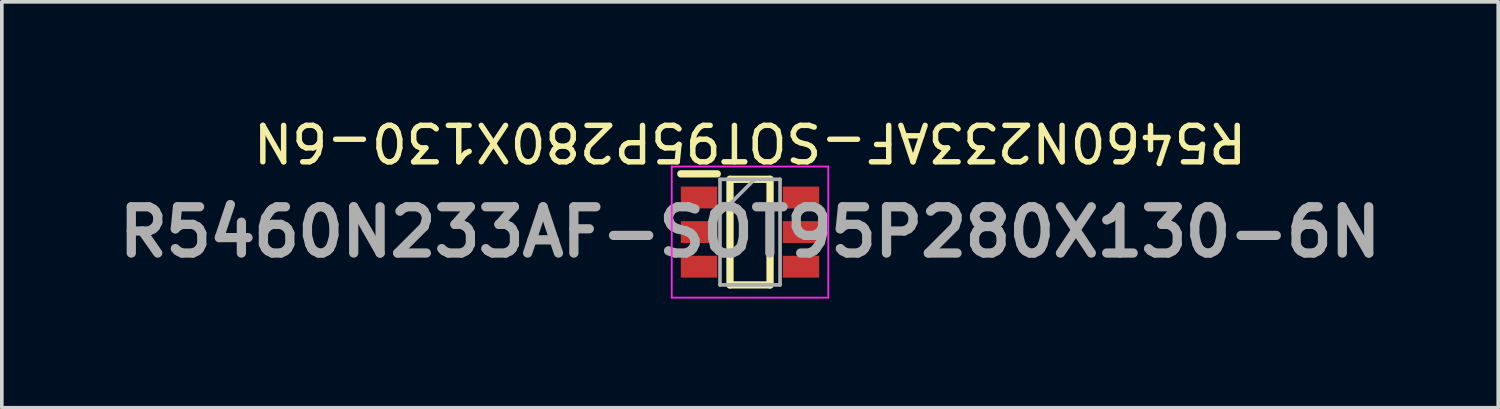
<source format=kicad_pcb>
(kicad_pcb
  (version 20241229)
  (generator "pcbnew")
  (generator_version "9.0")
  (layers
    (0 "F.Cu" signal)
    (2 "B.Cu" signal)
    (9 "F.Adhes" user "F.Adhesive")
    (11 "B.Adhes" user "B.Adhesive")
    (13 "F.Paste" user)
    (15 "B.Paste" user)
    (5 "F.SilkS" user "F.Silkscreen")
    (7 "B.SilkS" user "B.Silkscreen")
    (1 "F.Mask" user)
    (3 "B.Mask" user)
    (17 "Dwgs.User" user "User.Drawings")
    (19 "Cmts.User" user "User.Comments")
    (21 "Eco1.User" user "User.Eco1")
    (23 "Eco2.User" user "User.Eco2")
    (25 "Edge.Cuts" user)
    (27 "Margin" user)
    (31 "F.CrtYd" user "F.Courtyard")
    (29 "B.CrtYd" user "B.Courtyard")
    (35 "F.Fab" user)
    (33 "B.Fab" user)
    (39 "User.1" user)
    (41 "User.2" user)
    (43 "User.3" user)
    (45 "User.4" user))
  (footprint "R5460N233AF-SOT95P280X130-6N"
    (layer "F.Cu")
    (at 17.55 3.325)
    (property "Reference" "R5460N233AF-SOT95P280X130-6N" (at 0 -2.477 180) (unlocked yes) (layer "F.SilkS") (effects (font (size 1 1) (thickness 0.15))))
    (attr smd)
    (fp_line (start -1.9 -1.6) (end -0.9 -1.6) (stroke (width 0.2) (type solid)) (layer "F.SilkS"))
    (fp_line (start -0.55 -1.45) (end 0.55 -1.45) (stroke (width 0.2) (type solid)) (layer "F.SilkS"))
    (fp_line (start -0.55 1.45) (end -0.55 -1.45) (stroke (width 0.2) (type solid)) (layer "F.SilkS"))
    (fp_line (start 0.55 -1.45) (end 0.55 1.45) (stroke (width 0.2) (type solid)) (layer "F.SilkS"))
    (fp_line (start 0.55 1.45) (end -0.55 1.45) (stroke (width 0.2) (type solid)) (layer "F.SilkS"))
    (fp_line (start -2.15 -1.8) (end 2.15 -1.8) (stroke (width 0.05) (type solid)) (layer "F.CrtYd"))
    (fp_line (start -2.15 1.8) (end -2.15 -1.8) (stroke (width 0.05) (type solid)) (layer "F.CrtYd"))
    (fp_line (start 2.15 -1.8) (end 2.15 1.8) (stroke (width 0.05) (type solid)) (layer "F.CrtYd"))
    (fp_line (start 2.15 1.8) (end -2.15 1.8) (stroke (width 0.05) (type solid)) (layer "F.CrtYd"))
    (fp_line (start -0.825 -1.45) (end 0.825 -1.45) (stroke (width 0.1) (type solid)) (layer "F.Fab"))
    (fp_line (start -0.825 -0.5) (end 0.125 -1.45) (stroke (width 0.1) (type solid)) (layer "F.Fab"))
    (fp_line (start -0.825 1.45) (end -0.825 -1.45) (stroke (width 0.1) (type solid)) (layer "F.Fab"))
    (fp_line (start 0.825 -1.45) (end 0.825 1.45) (stroke (width 0.1) (type solid)) (layer "F.Fab"))
    (fp_line (start 0.825 1.45) (end -0.825 1.45) (stroke (width 0.1) (type solid)) (layer "F.Fab"))
    (fp_text user "${REFERENCE}" (at 0 0 0) (layer "F.Fab") (effects (font (size 1.27 1.27) (thickness 0.254))))
    (pad "1" smd rect (at -1.4 -0.95 90) (size 0.6 1) (layers "F.Cu" "F.Mask" "F.Paste"))
    (pad "2" smd rect (at -1.4 0 90) (size 0.6 1) (layers "F.Cu" "F.Mask" "F.Paste"))
    (pad "3" smd rect (at -1.4 0.95 90) (size 0.6 1) (layers "F.Cu" "F.Mask" "F.Paste"))
    (pad "4" smd rect (at 1.4 0.95 90) (size 0.6 1) (layers "F.Cu" "F.Mask" "F.Paste"))
    (pad "5" smd rect (at 1.4 0 90) (size 0.6 1) (layers "F.Cu" "F.Mask" "F.Paste"))
    (pad "6" smd rect (at 1.4 -0.95 90) (size 0.6 1) (layers "F.Cu" "F.Mask" "F.Paste")))
  (gr_rect
    (start -3 -3)
    (end 38.1 8.15)
    (stroke (width 0.1) (type default))
    (fill no)
    (layer "Edge.Cuts")))
</source>
